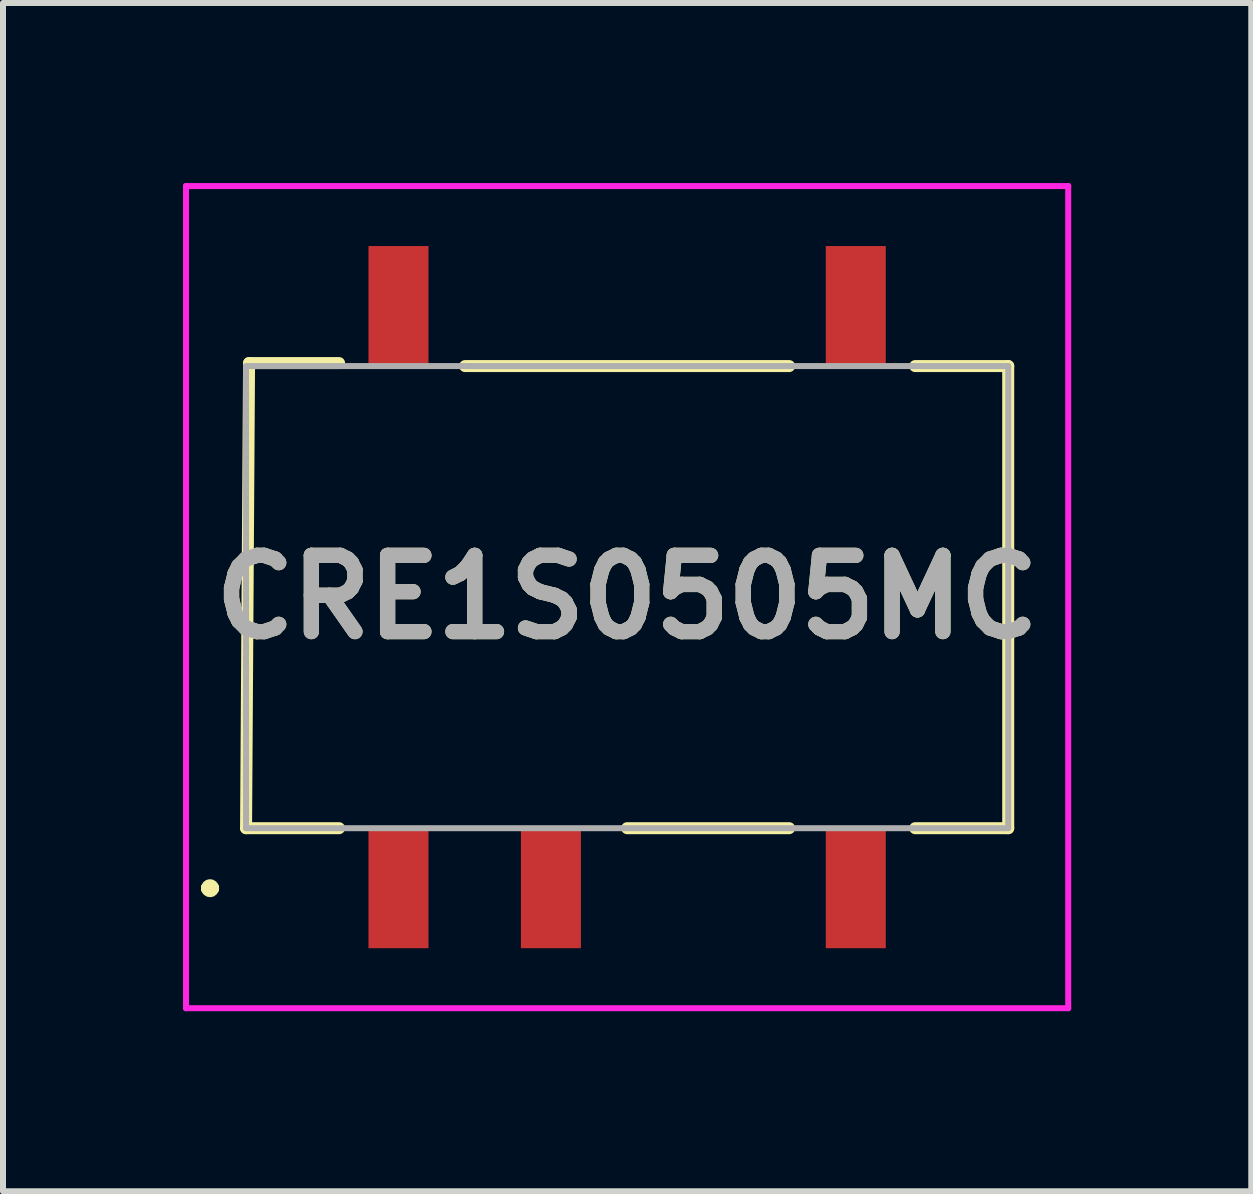
<source format=kicad_pcb>
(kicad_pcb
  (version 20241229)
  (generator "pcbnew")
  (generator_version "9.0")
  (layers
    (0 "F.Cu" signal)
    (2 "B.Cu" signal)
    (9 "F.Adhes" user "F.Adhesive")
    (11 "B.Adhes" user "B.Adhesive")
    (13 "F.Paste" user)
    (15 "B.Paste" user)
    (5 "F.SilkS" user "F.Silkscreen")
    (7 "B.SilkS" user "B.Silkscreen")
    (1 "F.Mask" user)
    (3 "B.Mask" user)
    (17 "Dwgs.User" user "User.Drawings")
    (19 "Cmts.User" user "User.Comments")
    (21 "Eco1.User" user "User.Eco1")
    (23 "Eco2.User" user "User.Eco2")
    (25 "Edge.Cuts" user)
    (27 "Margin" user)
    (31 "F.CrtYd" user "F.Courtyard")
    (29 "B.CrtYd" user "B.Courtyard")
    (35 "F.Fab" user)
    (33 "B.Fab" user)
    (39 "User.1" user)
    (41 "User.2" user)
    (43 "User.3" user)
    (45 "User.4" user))
  (footprint "CRE1S0505MC"
    (layer "F.Cu")
    (at 7.4 6.9)
    (property "Reference" "CRE1S0505MC" (at 0 0 0) (layer "F.SilkS") (effects (font (size 1.27 1.27) (thickness 0.254))))
    (attr smd)
    (fp_line (start -7 4.85) (end -7 4.85) (stroke (width 0.2) (type solid)) (layer "F.SilkS"))
    (fp_line (start -7 4.85) (end -7 4.85) (stroke (width 0.2) (type solid)) (layer "F.SilkS"))
    (fp_line (start -7 4.85) (end -6.9 4.85) (stroke (width 0.2) (type solid)) (layer "F.SilkS"))
    (fp_line (start -6.9 4.85) (end -6.9 4.85) (stroke (width 0.2) (type solid)) (layer "F.SilkS"))
    (fp_line (start -6.35 3.85) (end -4.8 3.85) (stroke (width 0.2) (type solid)) (layer "F.SilkS"))
    (fp_line (start -6.3 -3.9) (end -6.35 3.85) (stroke (width 0.2) (type solid)) (layer "F.SilkS"))
    (fp_line (start -4.8 -3.9) (end -6.3 -3.9) (stroke (width 0.2) (type solid)) (layer "F.SilkS"))
    (fp_line (start -2.7 -3.85) (end 2.7 -3.85) (stroke (width 0.2) (type solid)) (layer "F.SilkS"))
    (fp_line (start 0 3.85) (end 2.7 3.85) (stroke (width 0.2) (type solid)) (layer "F.SilkS"))
    (fp_line (start 4.8 3.85) (end 6.35 3.85) (stroke (width 0.2) (type solid)) (layer "F.SilkS"))
    (fp_line (start 6.35 -3.85) (end 4.8 -3.85) (stroke (width 0.2) (type solid)) (layer "F.SilkS"))
    (fp_line (start 6.35 3.85) (end 6.35 -3.85) (stroke (width 0.2) (type solid)) (layer "F.SilkS"))
    (fp_arc (start -7 4.85) (mid -6.95 4.8) (end -6.9 4.85) (stroke (width 0.2) (type solid)) (layer "F.SilkS"))
    (fp_arc (start -6.9 4.85) (mid -6.95 4.9) (end -7 4.85) (stroke (width 0.2) (type solid)) (layer "F.SilkS"))
    (fp_line (start -7.35 -6.85) (end 7.35 -6.85) (stroke (width 0.1) (type solid)) (layer "F.CrtYd"))
    (fp_line (start -7.35 6.85) (end -7.35 -6.85) (stroke (width 0.1) (type solid)) (layer "F.CrtYd"))
    (fp_line (start 7.35 -6.85) (end 7.35 6.85) (stroke (width 0.1) (type solid)) (layer "F.CrtYd"))
    (fp_line (start 7.35 6.85) (end -7.35 6.85) (stroke (width 0.1) (type solid)) (layer "F.CrtYd"))
    (fp_line (start -6.35 -3.85) (end -6.35 3.85) (stroke (width 0.1) (type solid)) (layer "F.Fab"))
    (fp_line (start -6.35 3.85) (end 6.35 3.85) (stroke (width 0.1) (type solid)) (layer "F.Fab"))
    (fp_line (start 6.35 -3.85) (end -6.35 -3.85) (stroke (width 0.1) (type solid)) (layer "F.Fab"))
    (fp_line (start 6.35 3.85) (end 6.35 -3.85) (stroke (width 0.1) (type solid)) (layer "F.Fab"))
    (fp_text user "${REFERENCE}" (at 0 0 0) (layer "F.Fab") (effects (font (size 1.27 1.27) (thickness 0.254))))
    (pad "1" smd rect (at -3.81 4.85) (size 1 2) (layers "F.Cu" "F.Mask" "F.Paste"))
    (pad "3" smd rect (at -1.27 4.85) (size 1 2) (layers "F.Cu" "F.Mask" "F.Paste"))
    (pad "7" smd rect (at 3.81 4.85) (size 1 2) (layers "F.Cu" "F.Mask" "F.Paste"))
    (pad "8" smd rect (at 3.81 -4.85) (size 1 2) (layers "F.Cu" "F.Mask" "F.Paste"))
    (pad "14" smd rect (at -3.81 -4.85) (size 1 2) (layers "F.Cu" "F.Mask" "F.Paste")))
  (gr_rect
    (start -3 -3)
    (end 17.8 16.8)
    (stroke (width 0.1) (type default))
    (fill no)
    (layer "Edge.Cuts")))
</source>
